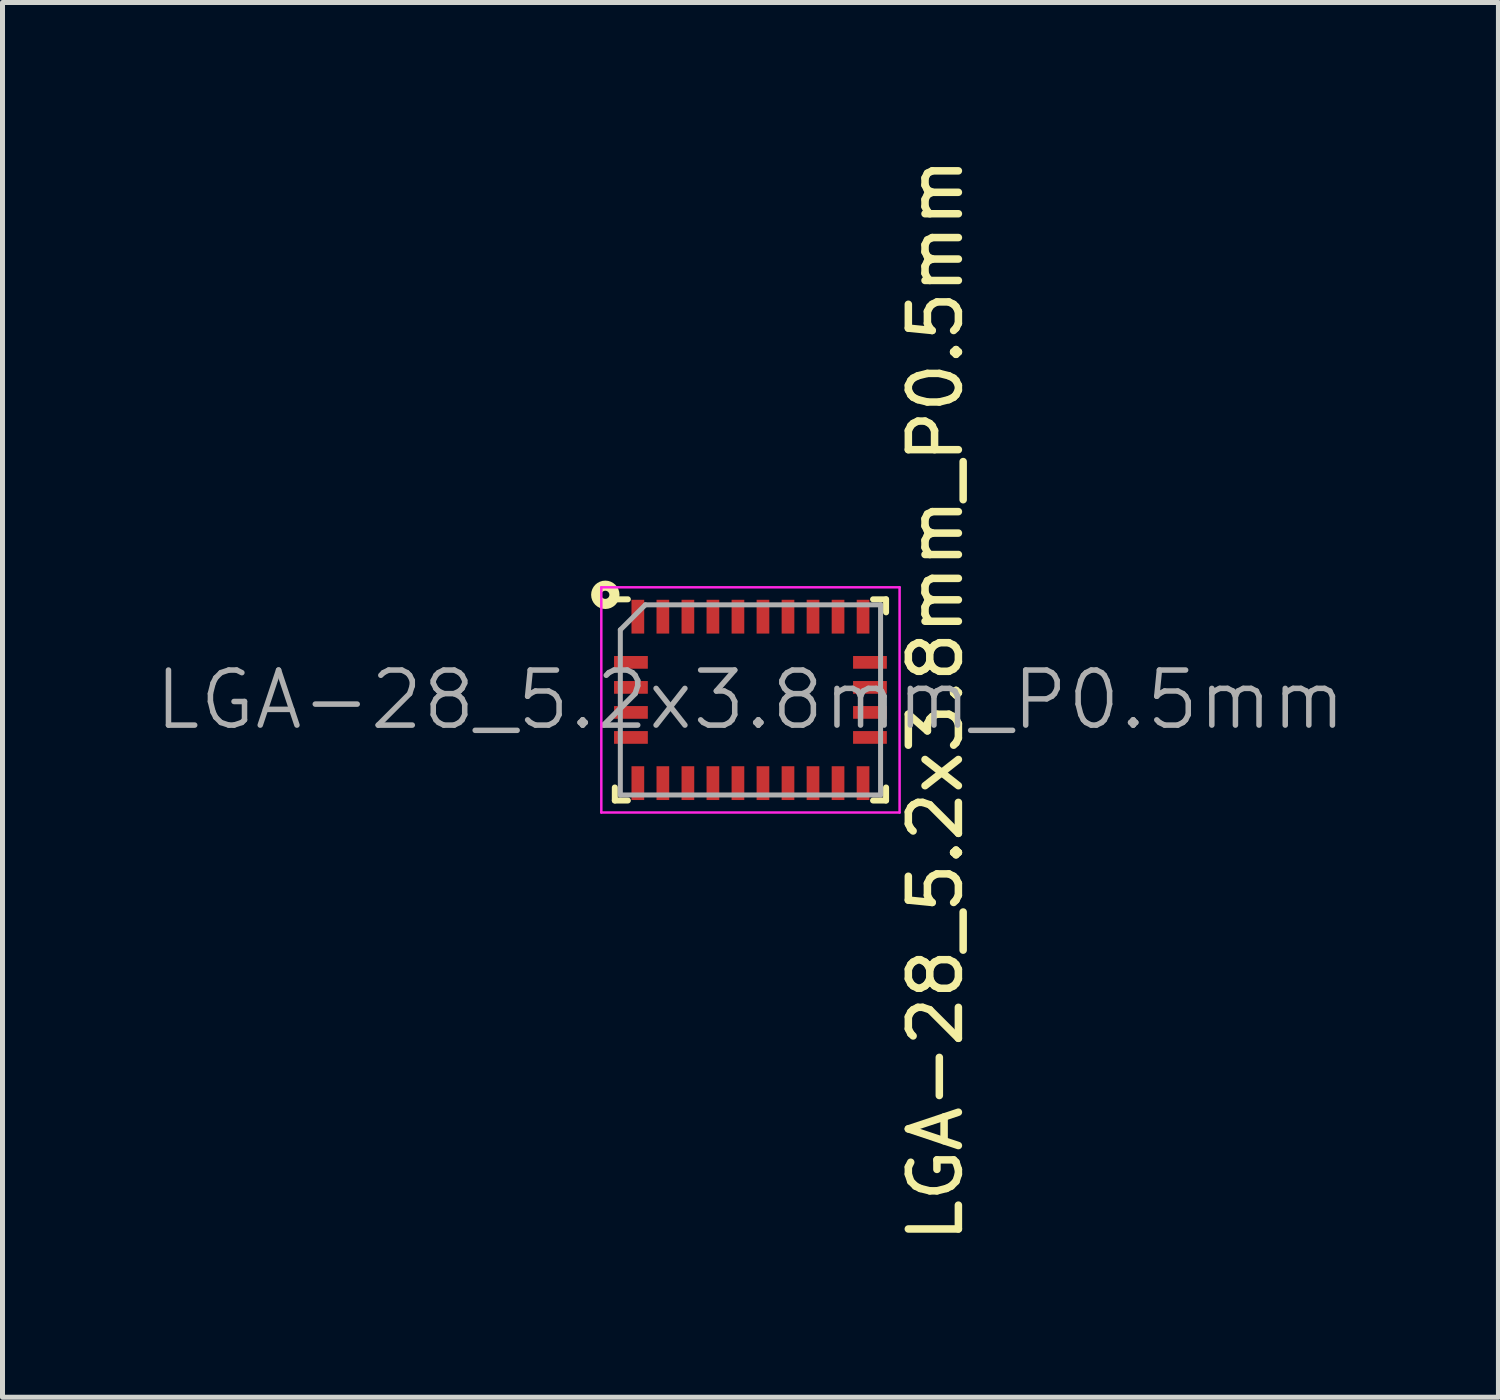
<source format=kicad_pcb>
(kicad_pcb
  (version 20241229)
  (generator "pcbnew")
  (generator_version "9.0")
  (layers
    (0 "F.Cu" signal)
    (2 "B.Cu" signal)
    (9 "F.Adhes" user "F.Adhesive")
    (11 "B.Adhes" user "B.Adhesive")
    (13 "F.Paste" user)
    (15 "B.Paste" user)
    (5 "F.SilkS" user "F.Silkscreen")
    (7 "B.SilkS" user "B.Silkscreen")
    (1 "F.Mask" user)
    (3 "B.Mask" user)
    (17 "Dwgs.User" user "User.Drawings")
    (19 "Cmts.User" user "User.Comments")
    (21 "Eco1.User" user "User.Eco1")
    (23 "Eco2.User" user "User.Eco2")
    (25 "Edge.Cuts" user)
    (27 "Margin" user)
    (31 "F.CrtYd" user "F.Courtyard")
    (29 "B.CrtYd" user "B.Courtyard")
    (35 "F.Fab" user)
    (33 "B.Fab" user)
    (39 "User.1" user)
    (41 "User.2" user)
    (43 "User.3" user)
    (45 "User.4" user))
  (footprint "LGA-28_5.2x3.8mm_P0.5mm"
    (layer "F.Cu")
    (at 11.945 10.935)
    (property "Reference" "LGA-28_5.2x3.8mm_P0.5mm" (at 3.7 0 90) (layer "F.SilkS") (effects (font (size 1 1) (thickness 0.15))))
    (attr smd)
    (fp_line (start -2.71 -2.01) (end -2.45 -2.01) (stroke (width 0.12) (type solid)) (layer "F.SilkS"))
    (fp_line (start -2.71 2.01) (end -2.71 1.75) (stroke (width 0.12) (type solid)) (layer "F.SilkS"))
    (fp_line (start -2.71 2.01) (end -2.45 2.01) (stroke (width 0.12) (type solid)) (layer "F.SilkS"))
    (fp_line (start 2.71 -2.01) (end 2.45 -2.01) (stroke (width 0.12) (type solid)) (layer "F.SilkS"))
    (fp_line (start 2.71 -2.01) (end 2.71 -1.75) (stroke (width 0.12) (type solid)) (layer "F.SilkS"))
    (fp_line (start 2.71 2.01) (end 2.45 2.01) (stroke (width 0.12) (type solid)) (layer "F.SilkS"))
    (fp_line (start 2.71 2.01) (end 2.71 1.75) (stroke (width 0.12) (type solid)) (layer "F.SilkS"))
    (fp_circle (center -2.9 -2.1) (end -2.8 -2.3) (stroke (width 0.12) (type solid)) (fill no) (layer "F.SilkS"))
    (fp_circle (center -2.9 -2.1) (end -2.8 -2.2) (stroke (width 0.12) (type solid)) (fill no) (layer "F.SilkS"))
    (fp_line (start -2.98 -2.25) (end -2.98 2.25) (stroke (width 0.05) (type solid)) (layer "F.CrtYd"))
    (fp_line (start -2.98 2.25) (end 2.98 2.25) (stroke (width 0.05) (type solid)) (layer "F.CrtYd"))
    (fp_line (start 2.98 -2.25) (end -2.98 -2.25) (stroke (width 0.05) (type solid)) (layer "F.CrtYd"))
    (fp_line (start 2.98 2.25) (end 2.98 -2.25) (stroke (width 0.05) (type solid)) (layer "F.CrtYd"))
    (fp_line (start -2.6 -1.4) (end -2.6 1.9) (stroke (width 0.1) (type solid)) (layer "F.Fab"))
    (fp_line (start -2.6 -1.4) (end -2.1 -1.9) (stroke (width 0.1) (type solid)) (layer "F.Fab"))
    (fp_line (start -2.6 1.9) (end 2.6 1.9) (stroke (width 0.1) (type solid)) (layer "F.Fab"))
    (fp_line (start 2.6 -1.9) (end -2.1 -1.9) (stroke (width 0.1) (type solid)) (layer "F.Fab"))
    (fp_line (start 2.6 1.9) (end 2.6 -1.9) (stroke (width 0.1) (type solid)) (layer "F.Fab"))
    (fp_text user "${REFERENCE}" (at 0 0 0) (layer "F.Fab") (effects (font (size 1.1 1.1) (thickness 0.11))))
    (pad "1" smd rect (at -2.25 -1.663) (size 0.254 0.675) (layers "F.Cu" "F.Mask" "F.Paste"))
    (pad "2" smd rect (at -2.388 -0.75 90) (size 0.254 0.675) (layers "F.Cu" "F.Mask" "F.Paste"))
    (pad "3" smd rect (at -2.388 -0.25 90) (size 0.254 0.675) (layers "F.Cu" "F.Mask" "F.Paste"))
    (pad "4" smd rect (at -2.388 0.25 90) (size 0.254 0.675) (layers "F.Cu" "F.Mask" "F.Paste"))
    (pad "5" smd rect (at -2.388 0.75 90) (size 0.254 0.675) (layers "F.Cu" "F.Mask" "F.Paste"))
    (pad "6" smd rect (at -2.25 1.663) (size 0.254 0.675) (layers "F.Cu" "F.Mask" "F.Paste"))
    (pad "7" smd rect (at -1.75 1.663) (size 0.254 0.675) (layers "F.Cu" "F.Mask" "F.Paste"))
    (pad "8" smd rect (at -1.25 1.663) (size 0.254 0.675) (layers "F.Cu" "F.Mask" "F.Paste"))
    (pad "9" smd rect (at -0.75 1.663) (size 0.254 0.675) (layers "F.Cu" "F.Mask" "F.Paste"))
    (pad "10" smd rect (at -0.25 1.663) (size 0.254 0.675) (layers "F.Cu" "F.Mask" "F.Paste"))
    (pad "11" smd rect (at 0.25 1.663) (size 0.254 0.675) (layers "F.Cu" "F.Mask" "F.Paste"))
    (pad "12" smd rect (at 0.75 1.663) (size 0.254 0.675) (layers "F.Cu" "F.Mask" "F.Paste"))
    (pad "13" smd rect (at 1.25 1.663) (size 0.254 0.675) (layers "F.Cu" "F.Mask" "F.Paste"))
    (pad "14" smd rect (at 1.75 1.663) (size 0.254 0.675) (layers "F.Cu" "F.Mask" "F.Paste"))
    (pad "15" smd rect (at 2.25 1.663) (size 0.254 0.675) (layers "F.Cu" "F.Mask" "F.Paste"))
    (pad "16" smd rect (at 2.388 0.75 90) (size 0.254 0.675) (layers "F.Cu" "F.Mask" "F.Paste"))
    (pad "17" smd rect (at 2.388 0.25 90) (size 0.254 0.675) (layers "F.Cu" "F.Mask" "F.Paste"))
    (pad "18" smd rect (at 2.388 -0.25 90) (size 0.254 0.675) (layers "F.Cu" "F.Mask" "F.Paste"))
    (pad "19" smd rect (at 2.388 -0.75 90) (size 0.254 0.675) (layers "F.Cu" "F.Mask" "F.Paste"))
    (pad "20" smd rect (at 2.25 -1.663) (size 0.254 0.675) (layers "F.Cu" "F.Mask" "F.Paste"))
    (pad "21" smd rect (at 1.75 -1.663) (size 0.254 0.675) (layers "F.Cu" "F.Mask" "F.Paste"))
    (pad "22" smd rect (at 1.25 -1.663) (size 0.254 0.675) (layers "F.Cu" "F.Mask" "F.Paste"))
    (pad "23" smd rect (at 0.75 -1.663) (size 0.254 0.675) (layers "F.Cu" "F.Mask" "F.Paste"))
    (pad "24" smd rect (at 0.25 -1.663) (size 0.254 0.675) (layers "F.Cu" "F.Mask" "F.Paste"))
    (pad "25" smd rect (at -0.25 -1.663) (size 0.254 0.675) (layers "F.Cu" "F.Mask" "F.Paste"))
    (pad "26" smd rect (at -0.75 -1.663) (size 0.254 0.675) (layers "F.Cu" "F.Mask" "F.Paste"))
    (pad "27" smd rect (at -1.25 -1.663) (size 0.254 0.675) (layers "F.Cu" "F.Mask" "F.Paste"))
    (pad "28" smd rect (at -1.75 -1.663) (size 0.254 0.675) (layers "F.Cu" "F.Mask" "F.Paste")))
  (gr_rect
    (start -3 -3)
    (end 26.891 24.869)
    (stroke (width 0.1) (type default))
    (fill no)
    (layer "Edge.Cuts")))
</source>
